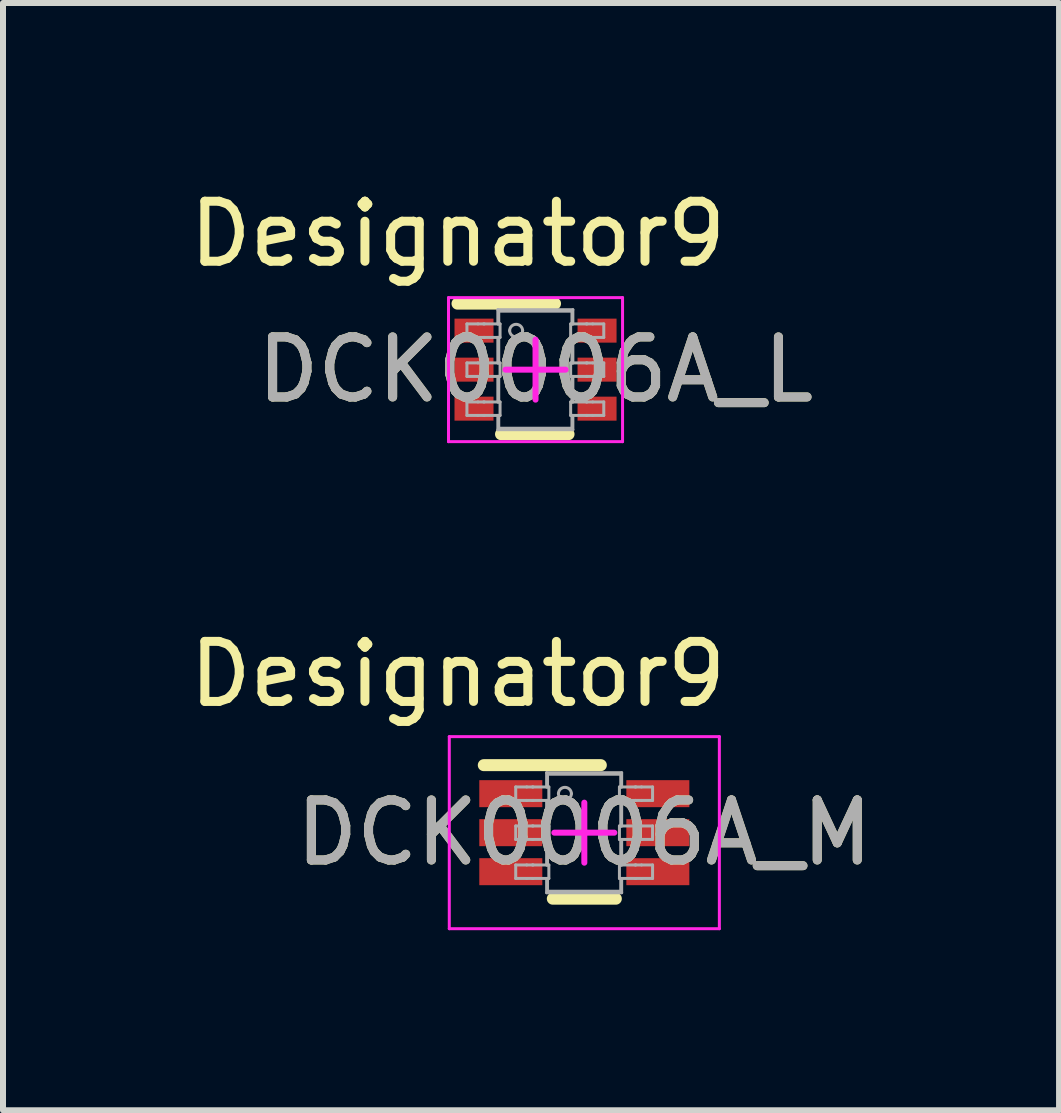
<source format=kicad_pcb>
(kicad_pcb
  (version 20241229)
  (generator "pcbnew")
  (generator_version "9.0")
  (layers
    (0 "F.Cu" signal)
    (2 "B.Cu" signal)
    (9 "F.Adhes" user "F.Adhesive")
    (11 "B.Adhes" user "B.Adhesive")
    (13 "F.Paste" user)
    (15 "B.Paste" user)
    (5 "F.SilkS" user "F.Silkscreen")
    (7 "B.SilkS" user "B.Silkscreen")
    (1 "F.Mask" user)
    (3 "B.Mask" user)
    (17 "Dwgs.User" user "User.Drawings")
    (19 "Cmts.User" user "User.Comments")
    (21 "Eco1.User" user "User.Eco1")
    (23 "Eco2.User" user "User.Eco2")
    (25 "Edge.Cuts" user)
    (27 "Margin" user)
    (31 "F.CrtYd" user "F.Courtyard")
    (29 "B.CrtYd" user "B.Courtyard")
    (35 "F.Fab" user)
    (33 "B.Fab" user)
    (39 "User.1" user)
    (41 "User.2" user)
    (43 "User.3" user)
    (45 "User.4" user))
  (footprint "DCK0006A_M"
    (layer "F.Cu")
    (at 6.686 10.824)
    (property "Reference" "DCK0006A_M" (at 0 0 0) (unlocked yes) (layer "F.SilkS") (effects (font (size 1 1) (thickness 0.15))))
    (attr smd)
    (fp_line (start -1.675 -1.125) (end 0.275 -1.125) (stroke (width 0.2) (type solid)) (layer "F.SilkS"))
    (fp_line (start -0.525 1.1) (end 0.525 1.1) (stroke (width 0.2) (type solid)) (layer "F.SilkS"))
    (fp_line (start -2.25 -1.6) (end 2.25 -1.6) (stroke (width 0.05) (type solid)) (layer "F.CrtYd"))
    (fp_line (start -2.25 1.6) (end -2.25 -1.6) (stroke (width 0.05) (type solid)) (layer "F.CrtYd"))
    (fp_line (start -2.25 1.6) (end 2.25 1.6) (stroke (width 0.05) (type solid)) (layer "F.CrtYd"))
    (fp_line (start -0.5 0) (end 0.5 0) (stroke (width 0.1) (type solid)) (layer "F.CrtYd"))
    (fp_line (start -0.000003 0.5) (end -0.000003 -0.5) (stroke (width 0.1) (type solid)) (layer "F.CrtYd"))
    (fp_line (start 2.25 1.6) (end 2.25 -1.6) (stroke (width 0.05) (type solid)) (layer "F.CrtYd"))
    (fp_line (start -1.143 -0.762) (end -0.959 -0.762) (stroke (width 0.05) (type solid)) (layer "F.Fab"))
    (fp_line (start -1.143 -0.537) (end -1.143 -0.762) (stroke (width 0.05) (type solid)) (layer "F.Fab"))
    (fp_line (start -1.143 -0.537) (end -0.959 -0.537) (stroke (width 0.05) (type solid)) (layer "F.Fab"))
    (fp_line (start -1.143 -0.112) (end -0.959 -0.112) (stroke (width 0.05) (type solid)) (layer "F.Fab"))
    (fp_line (start -1.143 0.113) (end -1.143 -0.112) (stroke (width 0.05) (type solid)) (layer "F.Fab"))
    (fp_line (start -1.143 0.113) (end -0.959 0.113) (stroke (width 0.05) (type solid)) (layer "F.Fab"))
    (fp_line (start -1.143 0.538) (end -0.959 0.538) (stroke (width 0.05) (type solid)) (layer "F.Fab"))
    (fp_line (start -1.143 0.763) (end -1.143 0.538) (stroke (width 0.05) (type solid)) (layer "F.Fab"))
    (fp_line (start -1.143 0.763) (end -0.959 0.763) (stroke (width 0.05) (type solid)) (layer "F.Fab"))
    (fp_line (start -0.959 -0.762) (end -0.865 -0.762) (stroke (width 0.05) (type solid)) (layer "F.Fab"))
    (fp_line (start -0.959 -0.537) (end -0.865 -0.537) (stroke (width 0.05) (type solid)) (layer "F.Fab"))
    (fp_line (start -0.959 -0.112) (end -0.865 -0.112) (stroke (width 0.05) (type solid)) (layer "F.Fab"))
    (fp_line (start -0.959 0.113) (end -0.865 0.113) (stroke (width 0.05) (type solid)) (layer "F.Fab"))
    (fp_line (start -0.959 0.538) (end -0.865 0.538) (stroke (width 0.05) (type solid)) (layer "F.Fab"))
    (fp_line (start -0.959 0.763) (end -0.865 0.763) (stroke (width 0.05) (type solid)) (layer "F.Fab"))
    (fp_line (start -0.865 -0.762) (end -0.853 -0.762) (stroke (width 0.05) (type solid)) (layer "F.Fab"))
    (fp_line (start -0.865 -0.537) (end -0.853 -0.537) (stroke (width 0.05) (type solid)) (layer "F.Fab"))
    (fp_line (start -0.865 -0.112) (end -0.853 -0.112) (stroke (width 0.05) (type solid)) (layer "F.Fab"))
    (fp_line (start -0.865 0.113) (end -0.853 0.113) (stroke (width 0.05) (type solid)) (layer "F.Fab"))
    (fp_line (start -0.865 0.538) (end -0.853 0.538) (stroke (width 0.05) (type solid)) (layer "F.Fab"))
    (fp_line (start -0.865 0.763) (end -0.853 0.763) (stroke (width 0.05) (type solid)) (layer "F.Fab"))
    (fp_line (start -0.853 -0.762) (end -0.628 -0.762) (stroke (width 0.05) (type solid)) (layer "F.Fab"))
    (fp_line (start -0.853 -0.537) (end -0.628 -0.537) (stroke (width 0.05) (type solid)) (layer "F.Fab"))
    (fp_line (start -0.853 -0.112) (end -0.628 -0.112) (stroke (width 0.05) (type solid)) (layer "F.Fab"))
    (fp_line (start -0.853 0.113) (end -0.628 0.113) (stroke (width 0.05) (type solid)) (layer "F.Fab"))
    (fp_line (start -0.853 0.538) (end -0.628 0.538) (stroke (width 0.05) (type solid)) (layer "F.Fab"))
    (fp_line (start -0.853 0.763) (end -0.628 0.763) (stroke (width 0.05) (type solid)) (layer "F.Fab"))
    (fp_line (start -0.628 -0.999) (end 0.622 -0.999) (stroke (width 0.05) (type solid)) (layer "F.Fab"))
    (fp_line (start -0.628 -0.762) (end -0.628 -0.999) (stroke (width 0.05) (type solid)) (layer "F.Fab"))
    (fp_line (start -0.628 -0.762) (end -0.591 -0.762) (stroke (width 0.05) (type solid)) (layer "F.Fab"))
    (fp_line (start -0.628 -0.537) (end -0.591 -0.537) (stroke (width 0.05) (type solid)) (layer "F.Fab"))
    (fp_line (start -0.628 -0.112) (end -0.628 -0.537) (stroke (width 0.05) (type solid)) (layer "F.Fab"))
    (fp_line (start -0.628 -0.112) (end -0.591 -0.112) (stroke (width 0.05) (type solid)) (layer "F.Fab"))
    (fp_line (start -0.628 0.113) (end -0.591 0.113) (stroke (width 0.05) (type solid)) (layer "F.Fab"))
    (fp_line (start -0.628 0.538) (end -0.628 0.113) (stroke (width 0.05) (type solid)) (layer "F.Fab"))
    (fp_line (start -0.628 0.538) (end -0.591 0.538) (stroke (width 0.05) (type solid)) (layer "F.Fab"))
    (fp_line (start -0.628 0.763) (end -0.591 0.763) (stroke (width 0.05) (type solid)) (layer "F.Fab"))
    (fp_line (start -0.628 1.001) (end -0.628 0.763) (stroke (width 0.05) (type solid)) (layer "F.Fab"))
    (fp_line (start -0.628 1.001) (end 0.622 1.001) (stroke (width 0.05) (type solid)) (layer "F.Fab"))
    (fp_line (start -0.613 -0.974) (end 0.607 -0.974) (stroke (width 0.05) (type solid)) (layer "F.Fab"))
    (fp_line (start -0.613 -0.762) (end -0.613 -0.974) (stroke (width 0.05) (type solid)) (layer "F.Fab"))
    (fp_line (start -0.613 -0.112) (end -0.613 -0.537) (stroke (width 0.05) (type solid)) (layer "F.Fab"))
    (fp_line (start -0.613 0.538) (end -0.613 0.113) (stroke (width 0.05) (type solid)) (layer "F.Fab"))
    (fp_line (start -0.613 0.976) (end -0.613 0.763) (stroke (width 0.05) (type solid)) (layer "F.Fab"))
    (fp_line (start -0.613 0.976) (end 0.607 0.976) (stroke (width 0.05) (type solid)) (layer "F.Fab"))
    (fp_line (start -0.591 -0.537) (end -0.591 -0.762) (stroke (width 0.05) (type solid)) (layer "F.Fab"))
    (fp_line (start -0.591 0.113) (end -0.591 -0.112) (stroke (width 0.05) (type solid)) (layer "F.Fab"))
    (fp_line (start -0.591 0.763) (end -0.591 0.538) (stroke (width 0.05) (type solid)) (layer "F.Fab"))
    (fp_line (start 0.585 -0.762) (end 0.622 -0.762) (stroke (width 0.05) (type solid)) (layer "F.Fab"))
    (fp_line (start 0.585 -0.537) (end 0.585 -0.762) (stroke (width 0.05) (type solid)) (layer "F.Fab"))
    (fp_line (start 0.585 -0.537) (end 0.622 -0.537) (stroke (width 0.05) (type solid)) (layer "F.Fab"))
    (fp_line (start 0.585 -0.112) (end 0.622 -0.112) (stroke (width 0.05) (type solid)) (layer "F.Fab"))
    (fp_line (start 0.585 0.113) (end 0.585 -0.112) (stroke (width 0.05) (type solid)) (layer "F.Fab"))
    (fp_line (start 0.585 0.113) (end 0.622 0.113) (stroke (width 0.05) (type solid)) (layer "F.Fab"))
    (fp_line (start 0.585 0.538) (end 0.622 0.538) (stroke (width 0.05) (type solid)) (layer "F.Fab"))
    (fp_line (start 0.585 0.763) (end 0.585 0.538) (stroke (width 0.05) (type solid)) (layer "F.Fab"))
    (fp_line (start 0.585 0.763) (end 0.622 0.763) (stroke (width 0.05) (type solid)) (layer "F.Fab"))
    (fp_line (start 0.607 -0.762) (end 0.607 -0.974) (stroke (width 0.05) (type solid)) (layer "F.Fab"))
    (fp_line (start 0.607 -0.112) (end 0.607 -0.537) (stroke (width 0.05) (type solid)) (layer "F.Fab"))
    (fp_line (start 0.607 0.538) (end 0.607 0.113) (stroke (width 0.05) (type solid)) (layer "F.Fab"))
    (fp_line (start 0.607 0.976) (end 0.607 0.763) (stroke (width 0.05) (type solid)) (layer "F.Fab"))
    (fp_line (start 0.622 -0.762) (end 0.622 -0.999) (stroke (width 0.05) (type solid)) (layer "F.Fab"))
    (fp_line (start 0.622 -0.762) (end 0.847 -0.762) (stroke (width 0.05) (type solid)) (layer "F.Fab"))
    (fp_line (start 0.622 -0.537) (end 0.847 -0.537) (stroke (width 0.05) (type solid)) (layer "F.Fab"))
    (fp_line (start 0.622 -0.112) (end 0.622 -0.537) (stroke (width 0.05) (type solid)) (layer "F.Fab"))
    (fp_line (start 0.622 -0.112) (end 0.847 -0.112) (stroke (width 0.05) (type solid)) (layer "F.Fab"))
    (fp_line (start 0.622 0.113) (end 0.847 0.113) (stroke (width 0.05) (type solid)) (layer "F.Fab"))
    (fp_line (start 0.622 0.538) (end 0.622 0.113) (stroke (width 0.05) (type solid)) (layer "F.Fab"))
    (fp_line (start 0.622 0.538) (end 0.847 0.538) (stroke (width 0.05) (type solid)) (layer "F.Fab"))
    (fp_line (start 0.622 0.763) (end 0.847 0.763) (stroke (width 0.05) (type solid)) (layer "F.Fab"))
    (fp_line (start 0.622 1.001) (end 0.622 0.763) (stroke (width 0.05) (type solid)) (layer "F.Fab"))
    (fp_line (start 0.847 -0.762) (end 0.859 -0.762) (stroke (width 0.05) (type solid)) (layer "F.Fab"))
    (fp_line (start 0.847 -0.537) (end 0.859 -0.537) (stroke (width 0.05) (type solid)) (layer "F.Fab"))
    (fp_line (start 0.847 -0.112) (end 0.859 -0.112) (stroke (width 0.05) (type solid)) (layer "F.Fab"))
    (fp_line (start 0.847 0.113) (end 0.859 0.113) (stroke (width 0.05) (type solid)) (layer "F.Fab"))
    (fp_line (start 0.847 0.538) (end 0.859 0.538) (stroke (width 0.05) (type solid)) (layer "F.Fab"))
    (fp_line (start 0.847 0.763) (end 0.859 0.763) (stroke (width 0.05) (type solid)) (layer "F.Fab"))
    (fp_line (start 0.859 -0.762) (end 0.953 -0.762) (stroke (width 0.05) (type solid)) (layer "F.Fab"))
    (fp_line (start 0.859 -0.537) (end 0.953 -0.537) (stroke (width 0.05) (type solid)) (layer "F.Fab"))
    (fp_line (start 0.859 -0.112) (end 0.953 -0.112) (stroke (width 0.05) (type solid)) (layer "F.Fab"))
    (fp_line (start 0.859 0.113) (end 0.953 0.113) (stroke (width 0.05) (type solid)) (layer "F.Fab"))
    (fp_line (start 0.859 0.538) (end 0.953 0.538) (stroke (width 0.05) (type solid)) (layer "F.Fab"))
    (fp_line (start 0.859 0.763) (end 0.953 0.763) (stroke (width 0.05) (type solid)) (layer "F.Fab"))
    (fp_line (start 0.953 -0.762) (end 1.137 -0.762) (stroke (width 0.05) (type solid)) (layer "F.Fab"))
    (fp_line (start 0.953 -0.537) (end 1.137 -0.537) (stroke (width 0.05) (type solid)) (layer "F.Fab"))
    (fp_line (start 0.953 -0.112) (end 1.137 -0.112) (stroke (width 0.05) (type solid)) (layer "F.Fab"))
    (fp_line (start 0.953 0.113) (end 1.137 0.113) (stroke (width 0.05) (type solid)) (layer "F.Fab"))
    (fp_line (start 0.953 0.538) (end 1.137 0.538) (stroke (width 0.05) (type solid)) (layer "F.Fab"))
    (fp_line (start 0.953 0.763) (end 1.137 0.763) (stroke (width 0.05) (type solid)) (layer "F.Fab"))
    (fp_line (start 1.137 -0.537) (end 1.137 -0.762) (stroke (width 0.05) (type solid)) (layer "F.Fab"))
    (fp_line (start 1.137 0.113) (end 1.137 -0.112) (stroke (width 0.05) (type solid)) (layer "F.Fab"))
    (fp_line (start 1.137 0.763) (end 1.137 0.538) (stroke (width 0.05) (type solid)) (layer "F.Fab"))
    (fp_arc (start -0.431546 -0.650138) (mid -0.323177 -0.758507) (end -0.214808 -0.650138) (stroke (width 0.05) (type solid)) (layer "F.Fab"))
    (fp_arc (start -0.214808 -0.650138) (mid -0.323177 -0.541769) (end -0.431546 -0.650138) (stroke (width 0.05) (type solid)) (layer "F.Fab"))
    (fp_text user "Designator9" (at -2.108 -2.642 0) (unlocked yes) (layer "F.SilkS") (effects (font (size 1 1) (thickness 0.15))))
    (fp_text user "${REFERENCE}" (at 0 0 0) (unlocked yes) (layer "F.Fab") (effects (font (size 1 1) (thickness 0.15))))
    (pad "1" smd rect (at -1.225 -0.65 90) (size 0.45 1.05) (layers "F.Cu" "F.Mask" "F.Paste"))
    (pad "2" smd rect (at -1.225 0 90) (size 0.45 1.05) (layers "F.Cu" "F.Mask" "F.Paste"))
    (pad "3" smd rect (at -1.225 0.65 90) (size 0.45 1.05) (layers "F.Cu" "F.Mask" "F.Paste"))
    (pad "4" smd rect (at 1.225 0.65 90) (size 0.45 1.05) (layers "F.Cu" "F.Mask" "F.Paste"))
    (pad "5" smd rect (at 1.225 0 90) (size 0.45 1.05) (layers "F.Cu" "F.Mask" "F.Paste"))
    (pad "6" smd rect (at 1.225 -0.65 90) (size 0.45 1.05) (layers "F.Cu" "F.Mask" "F.Paste")))
  (footprint "DCK0006A_L"
    (layer "F.Cu")
    (at 5.873 3.109)
    (property "Reference" "DCK0006A_L" (at 0 0 0) (unlocked yes) (layer "F.SilkS") (effects (font (size 1 1) (thickness 0.15))))
    (attr smd)
    (fp_line (start -1.3 -1.1) (end 0.325 -1.1) (stroke (width 0.2) (type solid)) (layer "F.SilkS"))
    (fp_line (start -0.575 1.075) (end 0.55 1.075) (stroke (width 0.2) (type solid)) (layer "F.SilkS"))
    (fp_line (start -1.45 -1.2) (end 1.45 -1.2) (stroke (width 0.05) (type solid)) (layer "F.CrtYd"))
    (fp_line (start -1.45 1.2) (end -1.45 -1.2) (stroke (width 0.05) (type solid)) (layer "F.CrtYd"))
    (fp_line (start -1.45 1.2) (end 1.45 1.2) (stroke (width 0.05) (type solid)) (layer "F.CrtYd"))
    (fp_line (start -0.5 0) (end 0.5 0) (stroke (width 0.1) (type solid)) (layer "F.CrtYd"))
    (fp_line (start 0 0.5) (end 0 -0.5) (stroke (width 0.1) (type solid)) (layer "F.CrtYd"))
    (fp_line (start 1.45 1.2) (end 1.45 -1.2) (stroke (width 0.05) (type solid)) (layer "F.CrtYd"))
    (fp_line (start -1.143 -0.762) (end -0.959 -0.762) (stroke (width 0.05) (type solid)) (layer "F.Fab"))
    (fp_line (start -1.143 -0.537) (end -1.143 -0.762) (stroke (width 0.05) (type solid)) (layer "F.Fab"))
    (fp_line (start -1.143 -0.537) (end -0.959 -0.537) (stroke (width 0.05) (type solid)) (layer "F.Fab"))
    (fp_line (start -1.143 -0.112) (end -0.959 -0.112) (stroke (width 0.05) (type solid)) (layer "F.Fab"))
    (fp_line (start -1.143 0.113) (end -1.143 -0.112) (stroke (width 0.05) (type solid)) (layer "F.Fab"))
    (fp_line (start -1.143 0.113) (end -0.959 0.113) (stroke (width 0.05) (type solid)) (layer "F.Fab"))
    (fp_line (start -1.143 0.538) (end -0.959 0.538) (stroke (width 0.05) (type solid)) (layer "F.Fab"))
    (fp_line (start -1.143 0.763) (end -1.143 0.538) (stroke (width 0.05) (type solid)) (layer "F.Fab"))
    (fp_line (start -1.143 0.763) (end -0.959 0.763) (stroke (width 0.05) (type solid)) (layer "F.Fab"))
    (fp_line (start -0.959 -0.762) (end -0.865 -0.762) (stroke (width 0.05) (type solid)) (layer "F.Fab"))
    (fp_line (start -0.959 -0.537) (end -0.865 -0.537) (stroke (width 0.05) (type solid)) (layer "F.Fab"))
    (fp_line (start -0.959 -0.112) (end -0.865 -0.112) (stroke (width 0.05) (type solid)) (layer "F.Fab"))
    (fp_line (start -0.959 0.113) (end -0.865 0.113) (stroke (width 0.05) (type solid)) (layer "F.Fab"))
    (fp_line (start -0.959 0.538) (end -0.865 0.538) (stroke (width 0.05) (type solid)) (layer "F.Fab"))
    (fp_line (start -0.959 0.763) (end -0.865 0.763) (stroke (width 0.05) (type solid)) (layer "F.Fab"))
    (fp_line (start -0.865 -0.762) (end -0.853 -0.762) (stroke (width 0.05) (type solid)) (layer "F.Fab"))
    (fp_line (start -0.865 -0.537) (end -0.853 -0.537) (stroke (width 0.05) (type solid)) (layer "F.Fab"))
    (fp_line (start -0.865 -0.112) (end -0.853 -0.112) (stroke (width 0.05) (type solid)) (layer "F.Fab"))
    (fp_line (start -0.865 0.113) (end -0.853 0.113) (stroke (width 0.05) (type solid)) (layer "F.Fab"))
    (fp_line (start -0.865 0.538) (end -0.853 0.538) (stroke (width 0.05) (type solid)) (layer "F.Fab"))
    (fp_line (start -0.865 0.763) (end -0.853 0.763) (stroke (width 0.05) (type solid)) (layer "F.Fab"))
    (fp_line (start -0.853 -0.762) (end -0.628 -0.762) (stroke (width 0.05) (type solid)) (layer "F.Fab"))
    (fp_line (start -0.853 -0.537) (end -0.628 -0.537) (stroke (width 0.05) (type solid)) (layer "F.Fab"))
    (fp_line (start -0.853 -0.112) (end -0.628 -0.112) (stroke (width 0.05) (type solid)) (layer "F.Fab"))
    (fp_line (start -0.853 0.113) (end -0.628 0.113) (stroke (width 0.05) (type solid)) (layer "F.Fab"))
    (fp_line (start -0.853 0.538) (end -0.628 0.538) (stroke (width 0.05) (type solid)) (layer "F.Fab"))
    (fp_line (start -0.853 0.763) (end -0.628 0.763) (stroke (width 0.05) (type solid)) (layer "F.Fab"))
    (fp_line (start -0.628 -0.999) (end 0.622 -0.999) (stroke (width 0.05) (type solid)) (layer "F.Fab"))
    (fp_line (start -0.628 -0.762) (end -0.628 -0.999) (stroke (width 0.05) (type solid)) (layer "F.Fab"))
    (fp_line (start -0.628 -0.762) (end -0.591 -0.762) (stroke (width 0.05) (type solid)) (layer "F.Fab"))
    (fp_line (start -0.628 -0.537) (end -0.591 -0.537) (stroke (width 0.05) (type solid)) (layer "F.Fab"))
    (fp_line (start -0.628 -0.112) (end -0.628 -0.537) (stroke (width 0.05) (type solid)) (layer "F.Fab"))
    (fp_line (start -0.628 -0.112) (end -0.591 -0.112) (stroke (width 0.05) (type solid)) (layer "F.Fab"))
    (fp_line (start -0.628 0.113) (end -0.591 0.113) (stroke (width 0.05) (type solid)) (layer "F.Fab"))
    (fp_line (start -0.628 0.538) (end -0.628 0.113) (stroke (width 0.05) (type solid)) (layer "F.Fab"))
    (fp_line (start -0.628 0.538) (end -0.591 0.538) (stroke (width 0.05) (type solid)) (layer "F.Fab"))
    (fp_line (start -0.628 0.763) (end -0.591 0.763) (stroke (width 0.05) (type solid)) (layer "F.Fab"))
    (fp_line (start -0.628 1.001) (end -0.628 0.763) (stroke (width 0.05) (type solid)) (layer "F.Fab"))
    (fp_line (start -0.628 1.001) (end 0.622 1.001) (stroke (width 0.05) (type solid)) (layer "F.Fab"))
    (fp_line (start -0.613 -0.974) (end 0.607 -0.974) (stroke (width 0.05) (type solid)) (layer "F.Fab"))
    (fp_line (start -0.613 -0.762) (end -0.613 -0.974) (stroke (width 0.05) (type solid)) (layer "F.Fab"))
    (fp_line (start -0.613 -0.112) (end -0.613 -0.537) (stroke (width 0.05) (type solid)) (layer "F.Fab"))
    (fp_line (start -0.613 0.538) (end -0.613 0.113) (stroke (width 0.05) (type solid)) (layer "F.Fab"))
    (fp_line (start -0.613 0.976) (end -0.613 0.763) (stroke (width 0.05) (type solid)) (layer "F.Fab"))
    (fp_line (start -0.613 0.976) (end 0.607 0.976) (stroke (width 0.05) (type solid)) (layer "F.Fab"))
    (fp_line (start -0.591 -0.537) (end -0.591 -0.762) (stroke (width 0.05) (type solid)) (layer "F.Fab"))
    (fp_line (start -0.591 0.113) (end -0.591 -0.112) (stroke (width 0.05) (type solid)) (layer "F.Fab"))
    (fp_line (start -0.591 0.763) (end -0.591 0.538) (stroke (width 0.05) (type solid)) (layer "F.Fab"))
    (fp_line (start 0.585 -0.762) (end 0.622 -0.762) (stroke (width 0.05) (type solid)) (layer "F.Fab"))
    (fp_line (start 0.585 -0.537) (end 0.585 -0.762) (stroke (width 0.05) (type solid)) (layer "F.Fab"))
    (fp_line (start 0.585 -0.537) (end 0.622 -0.537) (stroke (width 0.05) (type solid)) (layer "F.Fab"))
    (fp_line (start 0.585 -0.112) (end 0.622 -0.112) (stroke (width 0.05) (type solid)) (layer "F.Fab"))
    (fp_line (start 0.585 0.113) (end 0.585 -0.112) (stroke (width 0.05) (type solid)) (layer "F.Fab"))
    (fp_line (start 0.585 0.113) (end 0.622 0.113) (stroke (width 0.05) (type solid)) (layer "F.Fab"))
    (fp_line (start 0.585 0.538) (end 0.622 0.538) (stroke (width 0.05) (type solid)) (layer "F.Fab"))
    (fp_line (start 0.585 0.763) (end 0.585 0.538) (stroke (width 0.05) (type solid)) (layer "F.Fab"))
    (fp_line (start 0.585 0.763) (end 0.622 0.763) (stroke (width 0.05) (type solid)) (layer "F.Fab"))
    (fp_line (start 0.607 -0.762) (end 0.607 -0.974) (stroke (width 0.05) (type solid)) (layer "F.Fab"))
    (fp_line (start 0.607 -0.112) (end 0.607 -0.537) (stroke (width 0.05) (type solid)) (layer "F.Fab"))
    (fp_line (start 0.607 0.538) (end 0.607 0.113) (stroke (width 0.05) (type solid)) (layer "F.Fab"))
    (fp_line (start 0.607 0.976) (end 0.607 0.763) (stroke (width 0.05) (type solid)) (layer "F.Fab"))
    (fp_line (start 0.622 -0.762) (end 0.622 -0.999) (stroke (width 0.05) (type solid)) (layer "F.Fab"))
    (fp_line (start 0.622 -0.762) (end 0.847 -0.762) (stroke (width 0.05) (type solid)) (layer "F.Fab"))
    (fp_line (start 0.622 -0.537) (end 0.847 -0.537) (stroke (width 0.05) (type solid)) (layer "F.Fab"))
    (fp_line (start 0.622 -0.112) (end 0.622 -0.537) (stroke (width 0.05) (type solid)) (layer "F.Fab"))
    (fp_line (start 0.622 -0.112) (end 0.847 -0.112) (stroke (width 0.05) (type solid)) (layer "F.Fab"))
    (fp_line (start 0.622 0.113) (end 0.847 0.113) (stroke (width 0.05) (type solid)) (layer "F.Fab"))
    (fp_line (start 0.622 0.538) (end 0.622 0.113) (stroke (width 0.05) (type solid)) (layer "F.Fab"))
    (fp_line (start 0.622 0.538) (end 0.847 0.538) (stroke (width 0.05) (type solid)) (layer "F.Fab"))
    (fp_line (start 0.622 0.763) (end 0.847 0.763) (stroke (width 0.05) (type solid)) (layer "F.Fab"))
    (fp_line (start 0.622 1.001) (end 0.622 0.763) (stroke (width 0.05) (type solid)) (layer "F.Fab"))
    (fp_line (start 0.847 -0.762) (end 0.859 -0.762) (stroke (width 0.05) (type solid)) (layer "F.Fab"))
    (fp_line (start 0.847 -0.537) (end 0.859 -0.537) (stroke (width 0.05) (type solid)) (layer "F.Fab"))
    (fp_line (start 0.847 -0.112) (end 0.859 -0.112) (stroke (width 0.05) (type solid)) (layer "F.Fab"))
    (fp_line (start 0.847 0.113) (end 0.859 0.113) (stroke (width 0.05) (type solid)) (layer "F.Fab"))
    (fp_line (start 0.847 0.538) (end 0.859 0.538) (stroke (width 0.05) (type solid)) (layer "F.Fab"))
    (fp_line (start 0.847 0.763) (end 0.859 0.763) (stroke (width 0.05) (type solid)) (layer "F.Fab"))
    (fp_line (start 0.859 -0.762) (end 0.953 -0.762) (stroke (width 0.05) (type solid)) (layer "F.Fab"))
    (fp_line (start 0.859 -0.537) (end 0.953 -0.537) (stroke (width 0.05) (type solid)) (layer "F.Fab"))
    (fp_line (start 0.859 -0.112) (end 0.953 -0.112) (stroke (width 0.05) (type solid)) (layer "F.Fab"))
    (fp_line (start 0.859 0.113) (end 0.953 0.113) (stroke (width 0.05) (type solid)) (layer "F.Fab"))
    (fp_line (start 0.859 0.538) (end 0.953 0.538) (stroke (width 0.05) (type solid)) (layer "F.Fab"))
    (fp_line (start 0.859 0.763) (end 0.953 0.763) (stroke (width 0.05) (type solid)) (layer "F.Fab"))
    (fp_line (start 0.953 -0.762) (end 1.137 -0.762) (stroke (width 0.05) (type solid)) (layer "F.Fab"))
    (fp_line (start 0.953 -0.537) (end 1.137 -0.537) (stroke (width 0.05) (type solid)) (layer "F.Fab"))
    (fp_line (start 0.953 -0.112) (end 1.137 -0.112) (stroke (width 0.05) (type solid)) (layer "F.Fab"))
    (fp_line (start 0.953 0.113) (end 1.137 0.113) (stroke (width 0.05) (type solid)) (layer "F.Fab"))
    (fp_line (start 0.953 0.538) (end 1.137 0.538) (stroke (width 0.05) (type solid)) (layer "F.Fab"))
    (fp_line (start 0.953 0.763) (end 1.137 0.763) (stroke (width 0.05) (type solid)) (layer "F.Fab"))
    (fp_line (start 1.137 -0.537) (end 1.137 -0.762) (stroke (width 0.05) (type solid)) (layer "F.Fab"))
    (fp_line (start 1.137 0.113) (end 1.137 -0.112) (stroke (width 0.05) (type solid)) (layer "F.Fab"))
    (fp_line (start 1.137 0.763) (end 1.137 0.538) (stroke (width 0.05) (type solid)) (layer "F.Fab"))
    (fp_arc (start -0.431546 -0.650138) (mid -0.323177 -0.758507) (end -0.214808 -0.650138) (stroke (width 0.05) (type solid)) (layer "F.Fab"))
    (fp_arc (start -0.214808 -0.650138) (mid -0.323177 -0.541769) (end -0.431546 -0.650138) (stroke (width 0.05) (type solid)) (layer "F.Fab"))
    (fp_text user "Designator9" (at -1.295 -2.261 0) (unlocked yes) (layer "F.SilkS") (effects (font (size 1 1) (thickness 0.15))))
    (fp_text user "${REFERENCE}" (at 0 0 0) (unlocked yes) (layer "F.Fab") (effects (font (size 1 1) (thickness 0.15))))
    (pad "1" smd rect (at -1.025 -0.65 90) (size 0.4 0.65) (layers "F.Cu" "F.Mask" "F.Paste"))
    (pad "2" smd rect (at -1.025 0 90) (size 0.4 0.65) (layers "F.Cu" "F.Mask" "F.Paste"))
    (pad "3" smd rect (at -1.025 0.65 90) (size 0.4 0.65) (layers "F.Cu" "F.Mask" "F.Paste"))
    (pad "4" smd rect (at 1.025 0.65 90) (size 0.4 0.65) (layers "F.Cu" "F.Mask" "F.Paste"))
    (pad "5" smd rect (at 1.025 0 90) (size 0.4 0.65) (layers "F.Cu" "F.Mask" "F.Paste"))
    (pad "6" smd rect (at 1.025 -0.65 90) (size 0.4 0.65) (layers "F.Cu" "F.Mask" "F.Paste")))
  (gr_rect
    (start -3 -3)
    (end 14.596 15.449)
    (stroke (width 0.1) (type default))
    (fill no)
    (layer "Edge.Cuts")))
</source>
